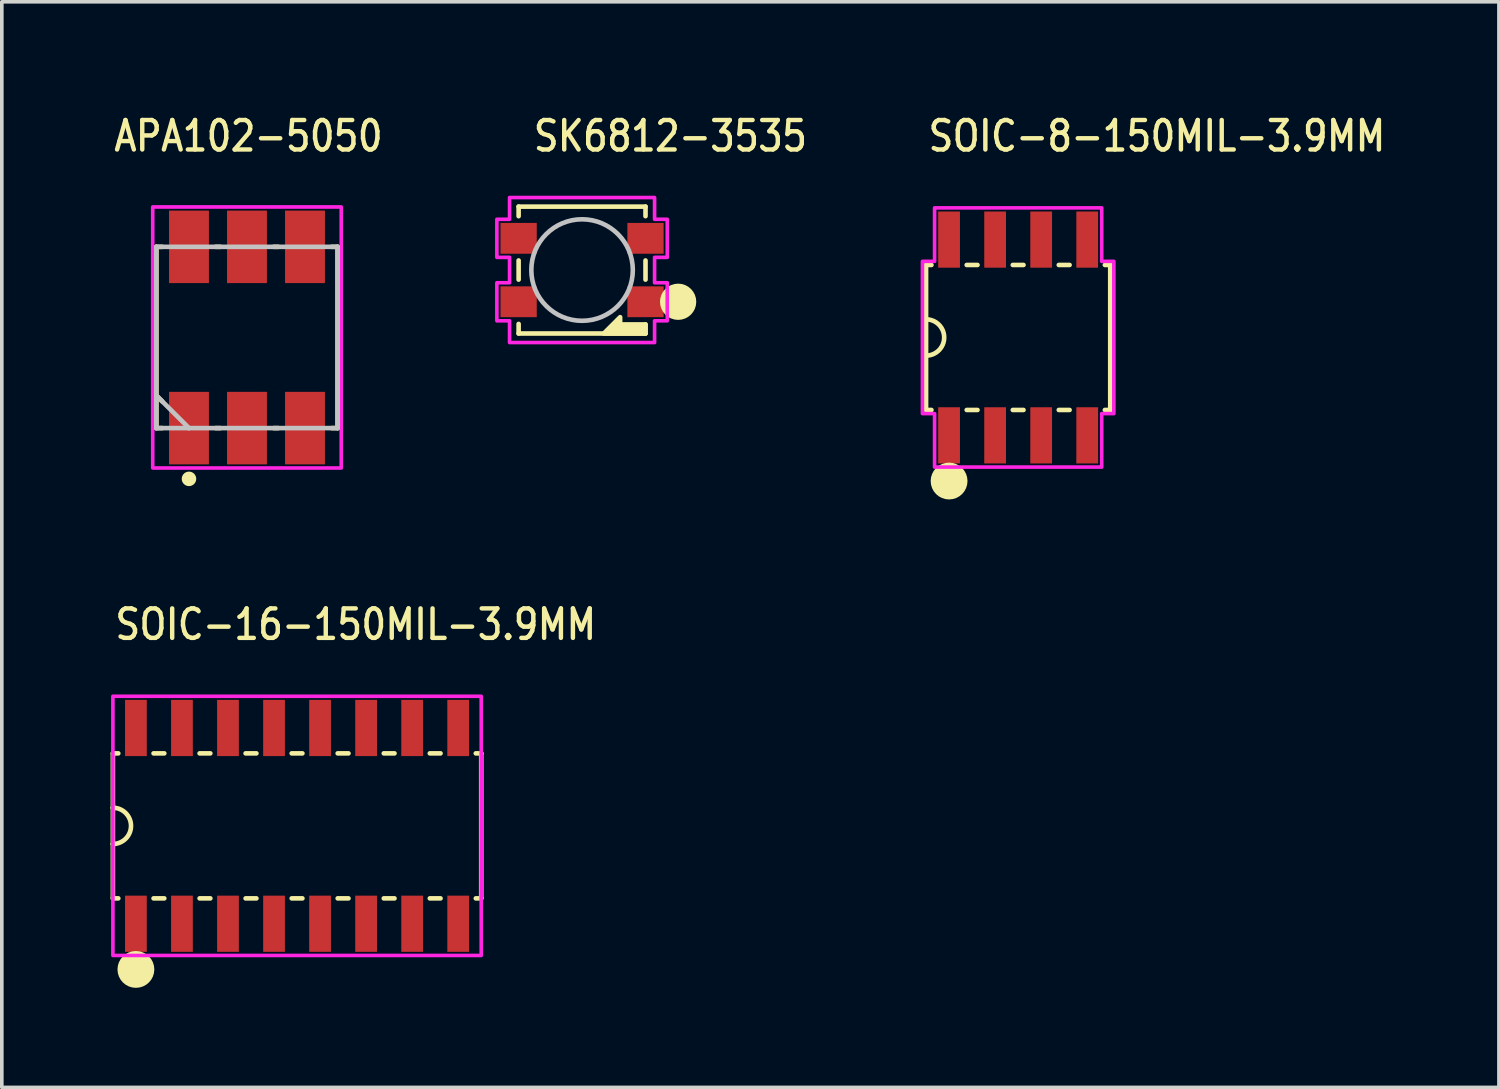
<source format=kicad_pcb>
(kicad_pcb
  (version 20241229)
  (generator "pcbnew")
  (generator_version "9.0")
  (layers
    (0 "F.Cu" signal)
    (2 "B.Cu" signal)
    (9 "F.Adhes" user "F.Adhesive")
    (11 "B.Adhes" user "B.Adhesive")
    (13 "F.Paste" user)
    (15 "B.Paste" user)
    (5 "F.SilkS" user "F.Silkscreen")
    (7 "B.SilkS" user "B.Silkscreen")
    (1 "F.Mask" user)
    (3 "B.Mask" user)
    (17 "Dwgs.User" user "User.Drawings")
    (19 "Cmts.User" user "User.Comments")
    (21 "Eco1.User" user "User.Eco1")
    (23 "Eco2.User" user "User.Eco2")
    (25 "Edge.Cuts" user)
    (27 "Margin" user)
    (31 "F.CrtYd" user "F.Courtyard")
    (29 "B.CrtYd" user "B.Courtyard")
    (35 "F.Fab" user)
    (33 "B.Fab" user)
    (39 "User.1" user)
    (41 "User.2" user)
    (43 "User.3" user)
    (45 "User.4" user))
  (footprint "SOIC-8-150MIL-3.9MM"
    (layer "F.Cu")
    (at 25.035 6.259)
    (property "Reference" "SOIC-8-150MIL-3.9MM" (at -2.54 -5.08 0) (unlocked yes) (layer "F.SilkS") (effects (font (size 0.813 0.695) (thickness 0.122)) (justify left bottom)))
    (fp_line (start -2.54 -2) (end -2.54 -0.5) (stroke (width 0.127) (type solid)) (layer "F.SilkS"))
    (fp_line (start -2.54 -2) (end -2.392 -2) (stroke (width 0.127) (type solid)) (layer "F.SilkS"))
    (fp_line (start -2.54 -0.5) (end -2.54 0.5) (stroke (width 0.127) (type solid)) (layer "F.SilkS"))
    (fp_line (start -2.54 0.5) (end -2.54 2) (stroke (width 0.127) (type solid)) (layer "F.SilkS"))
    (fp_line (start -2.54 2) (end -2.392 2) (stroke (width 0.127) (type solid)) (layer "F.SilkS"))
    (fp_line (start -1.419 -2) (end -1.121 -2) (stroke (width 0.127) (type solid)) (layer "F.SilkS"))
    (fp_line (start -1.419 2) (end -1.121 2) (stroke (width 0.127) (type solid)) (layer "F.SilkS"))
    (fp_line (start -0.148 -2) (end 0.148 -2) (stroke (width 0.127) (type solid)) (layer "F.SilkS"))
    (fp_line (start -0.148 2) (end 0.148 2) (stroke (width 0.127) (type solid)) (layer "F.SilkS"))
    (fp_line (start 1.121 -2) (end 1.419 -2) (stroke (width 0.127) (type solid)) (layer "F.SilkS"))
    (fp_line (start 1.121 2) (end 1.419 2) (stroke (width 0.127) (type solid)) (layer "F.SilkS"))
    (fp_line (start 2.392 -2) (end 2.54 -2) (stroke (width 0.127) (type solid)) (layer "F.SilkS"))
    (fp_line (start 2.392 2) (end 2.54 2) (stroke (width 0.127) (type solid)) (layer "F.SilkS"))
    (fp_line (start 2.54 -2) (end 2.54 2) (stroke (width 0.127) (type solid)) (layer "F.SilkS"))
    (fp_arc (start -2.54 -0.5) (mid -2.04 0) (end -2.54 0.5) (stroke (width 0.127) (type solid)) (layer "F.SilkS"))
    (fp_circle (center -1.905 3.96) (end -1.905 3.96) (stroke (width 0.508) (type solid)) (fill no) (layer "F.SilkS"))
    (fp_poly (pts (xy -2.305 3.575) (xy -2.305 2.1) (xy -2.64 2.1) (xy -2.64 -2.1) (xy -2.305 -2.1) (xy -2.305 -3.575) (xy 2.305 -3.575) (xy 2.305 -2.1) (xy 2.64 -2.1) (xy 2.64 2.1) (xy 2.305 2.1) (xy 2.305 3.575)) (stroke (width 0.1) (type solid)) (fill no) (layer "F.CrtYd"))
    (pad "1" smd rect (at -1.905 2.7) (size 0.6 1.55) (layers "F.Cu" "F.Mask" "F.Paste"))
    (pad "2" smd rect (at -0.635 2.7) (size 0.6 1.55) (layers "F.Cu" "F.Mask" "F.Paste"))
    (pad "3" smd rect (at 0.635 2.7) (size 0.6 1.55) (layers "F.Cu" "F.Mask" "F.Paste"))
    (pad "4" smd rect (at 1.905 2.7) (size 0.6 1.55) (layers "F.Cu" "F.Mask" "F.Paste"))
    (pad "5" smd rect (at 1.905 -2.7) (size 0.6 1.55) (layers "F.Cu" "F.Mask" "F.Paste"))
    (pad "6" smd rect (at 0.635 -2.7) (size 0.6 1.55) (layers "F.Cu" "F.Mask" "F.Paste"))
    (pad "7" smd rect (at -0.635 -2.7) (size 0.6 1.55) (layers "F.Cu" "F.Mask" "F.Paste"))
    (pad "8" smd rect (at -1.905 -2.7) (size 0.6 1.55) (layers "F.Cu" "F.Mask" "F.Paste")))
  (footprint "APA102-5050"
    (layer "F.Cu")
    (at 3.763 6.259)
    (property "Reference" "APA102-5050" (at 0.04 -5.08 0) (unlocked yes) (layer "F.SilkS") (effects (font (size 0.813 0.695) (thickness 0.122)) (justify bottom)))
    (fp_line (start -2.5 -2.5) (end -2.5 1.6) (stroke (width 0.127) (type solid)) (layer "F.SilkS"))
    (fp_line (start -2.5 -2.5) (end -2.337 -2.5) (stroke (width 0.127) (type solid)) (layer "F.SilkS"))
    (fp_line (start -2.5 1.6) (end -2.5 2.5) (stroke (width 0.127) (type solid)) (layer "F.SilkS"))
    (fp_line (start -2.5 1.6) (end -2.337 1.764) (stroke (width 0.127) (type solid)) (layer "F.SilkS"))
    (fp_line (start -2.5 2.5) (end -2.337 2.5) (stroke (width 0.127) (type solid)) (layer "F.SilkS"))
    (fp_line (start -0.864 -2.5) (end -0.737 -2.5) (stroke (width 0.127) (type solid)) (layer "F.SilkS"))
    (fp_line (start -0.864 2.5) (end -0.737 2.5) (stroke (width 0.127) (type solid)) (layer "F.SilkS"))
    (fp_line (start 0.737 -2.5) (end 0.864 -2.5) (stroke (width 0.127) (type solid)) (layer "F.SilkS"))
    (fp_line (start 0.737 2.5) (end 0.864 2.5) (stroke (width 0.127) (type solid)) (layer "F.SilkS"))
    (fp_line (start 2.5 -2.5) (end 2.337 -2.5) (stroke (width 0.127) (type solid)) (layer "F.SilkS"))
    (fp_line (start 2.5 -2.5) (end 2.5 2.5) (stroke (width 0.127) (type solid)) (layer "F.SilkS"))
    (fp_line (start 2.5 2.5) (end 2.337 2.5) (stroke (width 0.127) (type solid)) (layer "F.SilkS"))
    (fp_circle (center -1.6 3.9) (end -1.4 3.9) (stroke (width 0) (type solid)) (fill yes) (layer "F.SilkS"))
    (fp_rect (start -1.975 -1.5) (end -1.225 -3.5) (stroke (width 0.01) (type solid)) (fill yes) (layer "F.Paste"))
    (fp_rect (start -1.975 3.5) (end -1.225 1.5) (stroke (width 0.01) (type solid)) (fill yes) (layer "F.Paste"))
    (fp_rect (start -0.375 -1.5) (end 0.375 -3.5) (stroke (width 0.01) (type solid)) (fill yes) (layer "F.Paste"))
    (fp_rect (start -0.375 3.5) (end 0.375 1.5) (stroke (width 0.01) (type solid)) (fill yes) (layer "F.Paste"))
    (fp_rect (start 1.225 -1.5) (end 1.975 -3.5) (stroke (width 0.01) (type solid)) (fill yes) (layer "F.Paste"))
    (fp_rect (start 1.225 3.5) (end 1.975 1.5) (stroke (width 0.01) (type solid)) (fill yes) (layer "F.Paste"))
    (fp_line (start -2.5 -2.5) (end -2.5 1.6) (stroke (width 0.127) (type solid)) (layer "Dwgs.User"))
    (fp_line (start -2.5 1.6) (end -2.5 2.5) (stroke (width 0.127) (type solid)) (layer "Dwgs.User"))
    (fp_line (start -2.5 1.6) (end -1.6 2.5) (stroke (width 0.127) (type solid)) (layer "Dwgs.User"))
    (fp_line (start -2.5 2.5) (end -1.6 2.5) (stroke (width 0.127) (type solid)) (layer "Dwgs.User"))
    (fp_line (start -1.6 2.5) (end 2.5 2.5) (stroke (width 0.127) (type solid)) (layer "Dwgs.User"))
    (fp_line (start 2.5 -2.5) (end -2.5 -2.5) (stroke (width 0.127) (type solid)) (layer "Dwgs.User"))
    (fp_line (start 2.5 2.5) (end 2.5 -2.5) (stroke (width 0.127) (type solid)) (layer "Dwgs.User"))
    (fp_poly (pts (xy -2.6 -3.6) (xy 2.6 -3.6) (xy 2.6 3.6) (xy -2.6 3.6)) (stroke (width 0.1) (type solid)) (fill no) (layer "F.CrtYd"))
    (pad "1DI" smd rect (at -1.6 2.5) (size 1.1 2) (layers "F.Cu" "F.Mask"))
    (pad "2CI" smd rect (at 0 2.5) (size 1.1 2) (layers "F.Cu" "F.Mask"))
    (pad "3GND" smd rect (at 1.6 2.5) (size 1.1 2) (layers "F.Cu" "F.Mask"))
    (pad "4VCC" smd rect (at 1.6 -2.5) (size 1.1 2) (layers "F.Cu" "F.Mask"))
    (pad "5CO" smd rect (at 0 -2.5) (size 1.1 2) (layers "F.Cu" "F.Mask"))
    (pad "6DO" smd rect (at -1.6 -2.5) (size 1.1 2) (layers "F.Cu" "F.Mask")))
  (footprint "SK6812-3535"
    (layer "F.Cu")
    (at 13.006 4.399)
    (property "Reference" "SK6812-3535" (at -1.4 -3.22 0) (unlocked yes) (layer "F.SilkS") (effects (font (size 0.813 0.695) (thickness 0.122)) (justify left bottom)))
    (fp_line (start -1.75 -1.75) (end -1.75 -1.486) (stroke (width 0.127) (type solid)) (layer "F.SilkS"))
    (fp_line (start -1.75 -1.75) (end 1.75 -1.75) (stroke (width 0.127) (type solid)) (layer "F.SilkS"))
    (fp_line (start -1.75 -0.264) (end -1.75 0.264) (stroke (width 0.127) (type solid)) (layer "F.SilkS"))
    (fp_line (start -1.75 1.75) (end -1.75 1.486) (stroke (width 0.127) (type solid)) (layer "F.SilkS"))
    (fp_line (start 1.75 -1.75) (end 1.75 -1.486) (stroke (width 0.127) (type solid)) (layer "F.SilkS"))
    (fp_line (start 1.75 -0.264) (end 1.75 0.264) (stroke (width 0.127) (type solid)) (layer "F.SilkS"))
    (fp_line (start 1.75 1.75) (end -1.75 1.75) (stroke (width 0.127) (type solid)) (layer "F.SilkS"))
    (fp_line (start 1.75 1.75) (end 1.75 1.5) (stroke (width 0.127) (type solid)) (layer "F.SilkS"))
    (fp_circle (center 2.65 0.875) (end 2.65 0.875) (stroke (width 0.5) (type solid)) (fill no) (layer "F.SilkS"))
    (fp_poly (pts (xy 0.6 1.75) (xy 1.05 1.3) (xy 1.05 1.5) (xy 1.75 1.5) (xy 1.75 1.75)) (stroke (width 0.127) (type solid)) (fill yes) (layer "F.SilkS"))
    (fp_circle (center 0 0) (end 1.4 0) (stroke (width 0.127) (type solid)) (fill no) (layer "Dwgs.User"))
    (fp_poly (pts (xy -2 -2) (xy 2 -2) (xy 2 -1.4) (xy 2.35 -1.4) (xy 2.35 -0.35) (xy 2 -0.35) (xy 2 0.35) (xy 2.35 0.35) (xy 2.35 1.4) (xy 2 1.4) (xy 2 2) (xy -2 2) (xy -2 1.4) (xy -2.35 1.4) (xy -2.35 0.35) (xy -2 0.35) (xy -2 -0.35) (xy -2.35 -0.35) (xy -2.35 -1.4) (xy -2 -1.4)) (stroke (width 0.1) (type solid)) (fill no) (layer "F.CrtYd"))
    (pad "1" smd rect (at 1.75 0.875) (size 1 0.85) (layers "F.Cu" "F.Mask" "F.Paste"))
    (pad "2" smd rect (at 1.75 -0.875) (size 1 0.85) (layers "F.Cu" "F.Mask" "F.Paste"))
    (pad "3" smd rect (at -1.75 -0.875) (size 1 0.85) (layers "F.Cu" "F.Mask" "F.Paste"))
    (pad "4" smd rect (at -1.75 0.875) (size 1 0.85) (layers "F.Cu" "F.Mask" "F.Paste")))
  (footprint "SOIC-16-150MIL-3.9MM"
    (layer "F.Cu")
    (at 5.144 19.731)
    (property "Reference" "SOIC-16-150MIL-3.9MM" (at -5.08 -5.08 0) (unlocked yes) (layer "F.SilkS") (effects (font (size 0.813 0.695) (thickness 0.122)) (justify left bottom)))
    (fp_line (start -5.08 -2) (end -5.08 -0.5) (stroke (width 0.127) (type solid)) (layer "F.SilkS"))
    (fp_line (start -5.08 -2) (end -4.931 -2) (stroke (width 0.127) (type solid)) (layer "F.SilkS"))
    (fp_line (start -5.08 -0.5) (end -5.08 0.5) (stroke (width 0.127) (type solid)) (layer "F.SilkS"))
    (fp_line (start -5.08 0.5) (end -5.08 2) (stroke (width 0.127) (type solid)) (layer "F.SilkS"))
    (fp_line (start -5.08 2) (end -4.931 2) (stroke (width 0.127) (type solid)) (layer "F.SilkS"))
    (fp_line (start -3.958 -2) (end -3.662 -2) (stroke (width 0.127) (type solid)) (layer "F.SilkS"))
    (fp_line (start -3.958 2) (end -3.662 2) (stroke (width 0.127) (type solid)) (layer "F.SilkS"))
    (fp_line (start -2.688 -2) (end -2.392 -2) (stroke (width 0.127) (type solid)) (layer "F.SilkS"))
    (fp_line (start -2.688 2) (end -2.392 2) (stroke (width 0.127) (type solid)) (layer "F.SilkS"))
    (fp_line (start -1.419 -2) (end -1.121 -2) (stroke (width 0.127) (type solid)) (layer "F.SilkS"))
    (fp_line (start -1.419 2) (end -1.121 2) (stroke (width 0.127) (type solid)) (layer "F.SilkS"))
    (fp_line (start -0.148 -2) (end 0.148 -2) (stroke (width 0.127) (type solid)) (layer "F.SilkS"))
    (fp_line (start -0.148 2) (end 0.148 2) (stroke (width 0.127) (type solid)) (layer "F.SilkS"))
    (fp_line (start 1.121 -2) (end 1.419 -2) (stroke (width 0.127) (type solid)) (layer "F.SilkS"))
    (fp_line (start 1.121 2) (end 1.419 2) (stroke (width 0.127) (type solid)) (layer "F.SilkS"))
    (fp_line (start 2.392 -2) (end 2.688 -2) (stroke (width 0.127) (type solid)) (layer "F.SilkS"))
    (fp_line (start 2.392 2) (end 2.688 2) (stroke (width 0.127) (type solid)) (layer "F.SilkS"))
    (fp_line (start 3.662 -2) (end 3.958 -2) (stroke (width 0.127) (type solid)) (layer "F.SilkS"))
    (fp_line (start 3.662 2) (end 3.958 2) (stroke (width 0.127) (type solid)) (layer "F.SilkS"))
    (fp_line (start 4.931 -2) (end 5.08 -2) (stroke (width 0.127) (type solid)) (layer "F.SilkS"))
    (fp_line (start 4.931 2) (end 5.08 2) (stroke (width 0.127) (type solid)) (layer "F.SilkS"))
    (fp_line (start 5.08 -2) (end 5.08 2) (stroke (width 0.127) (type solid)) (layer "F.SilkS"))
    (fp_arc (start -5.08 -0.5) (mid -4.58 0) (end -5.08 0.5) (stroke (width 0.127) (type solid)) (layer "F.SilkS"))
    (fp_circle (center -4.445 3.96) (end -4.445 3.96) (stroke (width 0.508) (type solid)) (fill no) (layer "F.SilkS"))
    (fp_poly (pts (xy -5.08 3.575) (xy 5.08 3.575) (xy 5.08 -3.575) (xy -5.08 -3.575)) (stroke (width 0.1) (type solid)) (fill no) (layer "F.CrtYd"))
    (pad "1" smd rect (at -4.445 2.7) (size 0.6 1.55) (layers "F.Cu" "F.Mask" "F.Paste"))
    (pad "2" smd rect (at -3.175 2.7) (size 0.6 1.55) (layers "F.Cu" "F.Mask" "F.Paste"))
    (pad "3" smd rect (at -1.905 2.7) (size 0.6 1.55) (layers "F.Cu" "F.Mask" "F.Paste"))
    (pad "4" smd rect (at -0.635 2.7) (size 0.6 1.55) (layers "F.Cu" "F.Mask" "F.Paste"))
    (pad "5" smd rect (at 0.635 2.7) (size 0.6 1.55) (layers "F.Cu" "F.Mask" "F.Paste"))
    (pad "6" smd rect (at 1.905 2.7) (size 0.6 1.55) (layers "F.Cu" "F.Mask" "F.Paste"))
    (pad "7" smd rect (at 3.175 2.7) (size 0.6 1.55) (layers "F.Cu" "F.Mask" "F.Paste"))
    (pad "8" smd rect (at 4.445 2.7) (size 0.6 1.55) (layers "F.Cu" "F.Mask" "F.Paste"))
    (pad "9" smd rect (at 4.445 -2.7) (size 0.6 1.55) (layers "F.Cu" "F.Mask" "F.Paste"))
    (pad "10" smd rect (at 3.175 -2.7) (size 0.6 1.55) (layers "F.Cu" "F.Mask" "F.Paste"))
    (pad "11" smd rect (at 1.905 -2.7) (size 0.6 1.55) (layers "F.Cu" "F.Mask" "F.Paste"))
    (pad "12" smd rect (at 0.635 -2.7) (size 0.6 1.55) (layers "F.Cu" "F.Mask" "F.Paste"))
    (pad "13" smd rect (at -0.635 -2.7) (size 0.6 1.55) (layers "F.Cu" "F.Mask" "F.Paste"))
    (pad "14" smd rect (at -1.905 -2.7) (size 0.6 1.55) (layers "F.Cu" "F.Mask" "F.Paste"))
    (pad "15" smd rect (at -3.175 -2.7) (size 0.6 1.55) (layers "F.Cu" "F.Mask" "F.Paste"))
    (pad "16" smd rect (at -4.445 -2.7) (size 0.6 1.55) (layers "F.Cu" "F.Mask" "F.Paste")))
  (gr_rect
    (start -3 -3)
    (end 38.297 26.945)
    (stroke (width 0.1) (type default))
    (fill no)
    (layer "Edge.Cuts")))
</source>
